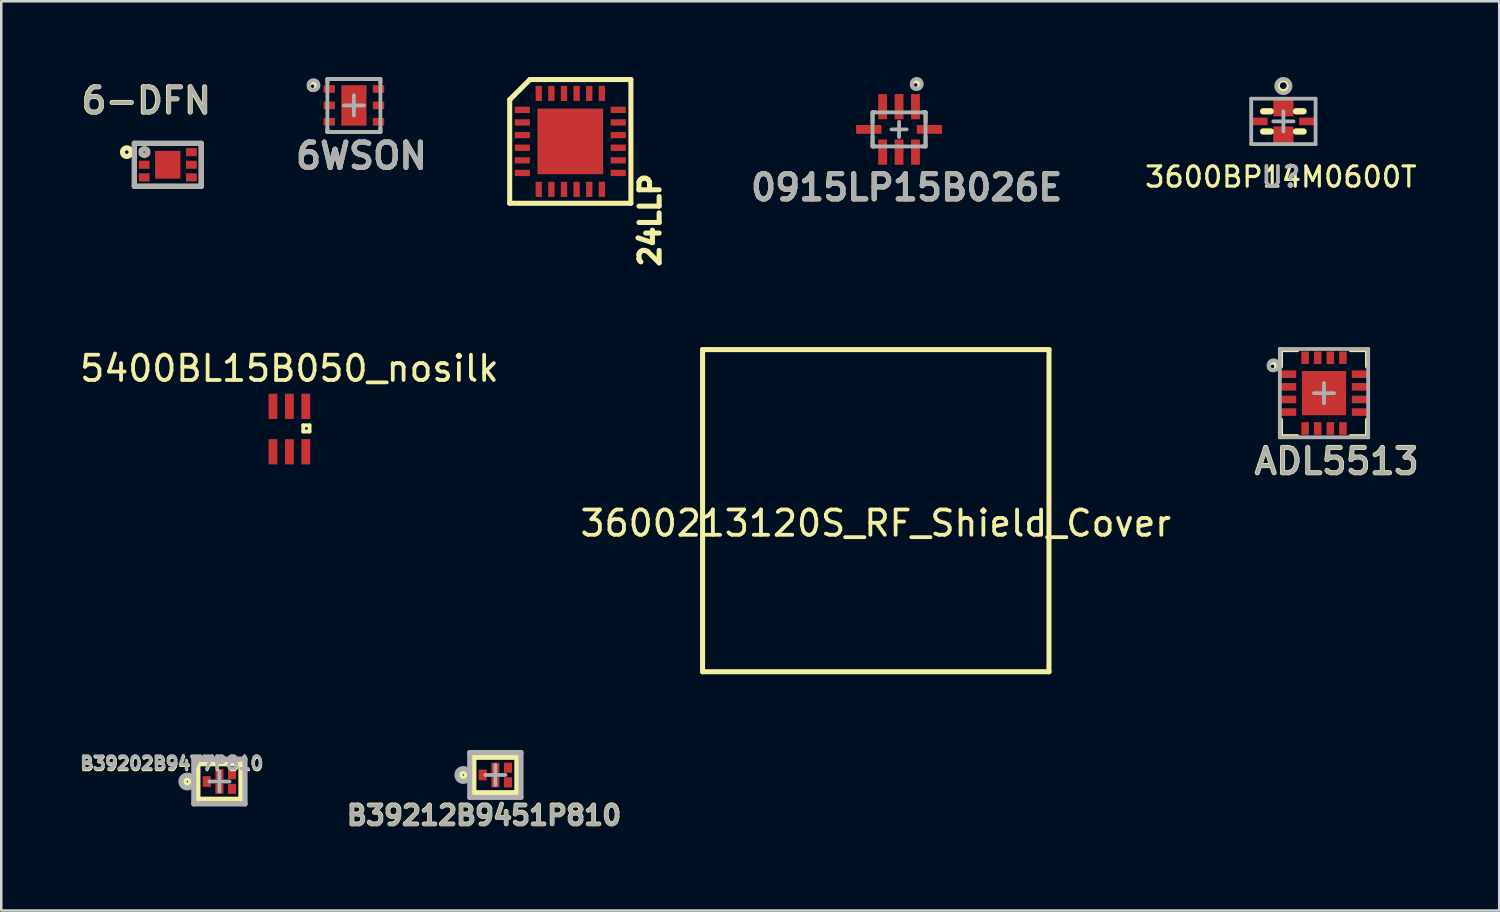
<source format=kicad_pcb>
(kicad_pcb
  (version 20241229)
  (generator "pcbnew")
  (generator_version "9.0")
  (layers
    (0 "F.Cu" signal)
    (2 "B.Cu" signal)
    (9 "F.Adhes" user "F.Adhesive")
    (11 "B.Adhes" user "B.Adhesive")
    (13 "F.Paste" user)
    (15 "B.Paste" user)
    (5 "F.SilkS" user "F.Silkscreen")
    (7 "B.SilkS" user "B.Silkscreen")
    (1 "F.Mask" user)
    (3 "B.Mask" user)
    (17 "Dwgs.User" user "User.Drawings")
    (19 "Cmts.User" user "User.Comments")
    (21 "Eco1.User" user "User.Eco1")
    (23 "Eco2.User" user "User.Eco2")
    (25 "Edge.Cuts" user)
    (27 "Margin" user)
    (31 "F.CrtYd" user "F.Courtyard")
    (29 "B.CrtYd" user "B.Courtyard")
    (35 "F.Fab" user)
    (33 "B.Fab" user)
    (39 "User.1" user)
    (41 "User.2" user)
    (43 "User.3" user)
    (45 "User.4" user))
  (footprint "6-DFN"
    (layer "F.Cu")
    (at 3.595 3.476)
    (property "Reference" "6-DFN" (at -0.848 -2.54 0) (layer "F.SilkS") (effects (font (size 1 1) (thickness 0.2))))
    (attr through_hole)
    (fp_line (start -1.325 -0.85) (end -1.325 -0.7) (stroke (width 0.2) (type solid)) (layer "F.SilkS"))
    (fp_line (start -1.325 -0.7) (end -1.325 0.85) (stroke (width 0.2) (type solid)) (layer "F.SilkS"))
    (fp_line (start -1.325 0.85) (end 1.325 0.85) (stroke (width 0.2) (type solid)) (layer "F.SilkS"))
    (fp_line (start 1.325 -0.85) (end -1.325 -0.85) (stroke (width 0.2) (type solid)) (layer "F.SilkS"))
    (fp_line (start 1.325 0.85) (end 1.325 -0.85) (stroke (width 0.2) (type solid)) (layer "F.SilkS"))
    (fp_circle (center -1.625 -0.5) (end -1.575 -0.45) (stroke (width 0.2) (type solid)) (fill no) (layer "F.SilkS"))
    (fp_line (start -1.326 0.848) (end 1.323 0.851) (stroke (width 0.2) (type solid)) (layer "F.Fab"))
    (fp_line (start -1.323 -0.851) (end 1.326 -0.848) (stroke (width 0.2) (type solid)) (layer "F.Fab"))
    (fp_line (start -1.323 0.851) (end -1.323 -0.848) (stroke (width 0.2) (type solid)) (layer "F.Fab"))
    (fp_line (start 1.323 0.851) (end 1.323 -0.848) (stroke (width 0.2) (type solid)) (layer "F.Fab"))
    (fp_circle (center -0.925 -0.503) (end -0.787 -0.533) (stroke (width 0.2) (type solid)) (fill no) (layer "F.Fab"))
    (fp_text user "${REFERENCE}" (at -0.835 -2.54 180) (layer "F.Fab") (effects (font (size 1 1) (thickness 0.15))))
    (pad "1" smd rect (at -0.935 -0.5) (size 0.43 0.32) (layers "F.Cu" "F.Mask" "F.Paste"))
    (pad "1" smd rect (at 0 0) (size 1 1.1) (layers "F.Cu" "F.Mask" "F.Paste"))
    (pad "2" smd rect (at -0.935 0) (size 0.43 0.32) (layers "F.Cu" "F.Mask" "F.Paste"))
    (pad "3" smd rect (at -0.935 0.5) (size 0.43 0.32) (layers "F.Cu" "F.Mask" "F.Paste"))
    (pad "4" smd rect (at 0.935 0.5) (size 0.43 0.32) (layers "F.Cu" "F.Mask" "F.Paste"))
    (pad "5" smd rect (at 0.935 0) (size 0.43 0.32) (layers "F.Cu" "F.Mask" "F.Paste"))
    (pad "6" smd rect (at 0.935 -0.5) (size 0.43 0.32) (layers "F.Cu" "F.Mask" "F.Paste")))
  (footprint "5400BL15B050_nosilk"
    (layer "F.Cu")
    (at 8.411 13.944)
    (property "Reference" "5400BL15B050_nosilk" (at 0 -2.4 0) (layer "F.SilkS") (effects (font (size 1 1) (thickness 0.15))))
    (attr through_hole)
    (fp_line (start 0.55 -0.15) (end 0.8 -0.15) (stroke (width 0.15) (type solid)) (layer "F.SilkS"))
    (fp_line (start 0.55 0.1) (end 0.55 -0.15) (stroke (width 0.15) (type solid)) (layer "F.SilkS"))
    (fp_line (start 0.8 -0.15) (end 0.8 0.1) (stroke (width 0.15) (type solid)) (layer "F.SilkS"))
    (fp_line (start 0.8 0.1) (end 0.55 0.1) (stroke (width 0.15) (type solid)) (layer "F.SilkS"))
    (pad "1" smd rect (at 0.65 -0.9) (size 0.35 1) (layers "F.Cu" "F.Mask" "F.Paste"))
    (pad "2" smd rect (at 0 -0.9) (size 0.35 1) (layers "F.Cu" "F.Mask" "F.Paste"))
    (pad "3" smd rect (at -0.65 -0.9) (size 0.35 1) (layers "F.Cu" "F.Mask" "F.Paste"))
    (pad "4" smd rect (at -0.65 0.9) (size 0.35 1) (layers "F.Cu" "F.Mask" "F.Paste"))
    (pad "5" smd rect (at 0 0.9) (size 0.35 1) (layers "F.Cu" "F.Mask" "F.Paste"))
    (pad "6" smd rect (at 0.65 0.9) (size 0.35 1) (layers "F.Cu" "F.Mask" "F.Paste")))
  (footprint "B39202B9477P810"
    (layer "F.Cu")
    (at 5.64 27.903)
    (property "Reference" "B39202B9477P810" (at -1.881 -0.695 0) (layer "F.SilkS") (effects (font (size 0.5 0.5) (thickness 0.125))))
    (attr through_hole)
    (fp_line (start -0.85 -0.7) (end -0.85 0.7) (stroke (width 0.2) (type solid)) (layer "F.SilkS"))
    (fp_line (start -0.85 -0.7) (end 0.85 -0.7) (stroke (width 0.2) (type solid)) (layer "F.SilkS"))
    (fp_line (start -0.85 0.7) (end 0.85 0.7) (stroke (width 0.2) (type solid)) (layer "F.SilkS"))
    (fp_line (start 0.85 -0.7) (end 0.85 0.7) (stroke (width 0.2) (type solid)) (layer "F.SilkS"))
    (fp_circle (center -1.27 0) (end -1.143 0) (stroke (width 0.2) (type solid)) (fill no) (layer "F.SilkS"))
    (fp_line (start -1.016 -0.889) (end -1.016 0.889) (stroke (width 0.2) (type solid)) (layer "F.Fab"))
    (fp_line (start -1.016 0.889) (end 1.016 0.889) (stroke (width 0.2) (type solid)) (layer "F.Fab"))
    (fp_line (start -0.4 0) (end 0.4 0) (stroke (width 0.15) (type solid)) (layer "F.Fab"))
    (fp_line (start 0 -0.4) (end 0 0.4) (stroke (width 0.15) (type solid)) (layer "F.Fab"))
    (fp_line (start 1.016 -0.889) (end -1.016 -0.889) (stroke (width 0.2) (type solid)) (layer "F.Fab"))
    (fp_line (start 1.016 0.889) (end 1.016 -0.889) (stroke (width 0.2) (type solid)) (layer "F.Fab"))
    (fp_circle (center -1.27 0) (end -1.524 0) (stroke (width 0.2) (type solid)) (fill no) (layer "F.Fab"))
    (fp_text user "${REFERENCE}" (at -1.896 -0.736 0) (layer "F.Fab") (effects (font (size 0.5 0.5) (thickness 0.125))))
    (pad "1" smd rect (at -0.5 0) (size 0.32 0.425) (layers "F.Cu" "F.Mask" "F.Paste"))
    (pad "2" smd rect (at 0 0.29) (size 0.32 0.4) (layers "F.Cu" "F.Mask" "F.Paste"))
    (pad "3" smd rect (at 0.5 0.29) (size 0.32 0.4) (layers "F.Cu" "F.Mask" "F.Paste"))
    (pad "4" smd rect (at 0.5 -0.29) (size 0.32 0.4) (layers "F.Cu" "F.Mask" "F.Paste"))
    (pad "5" smd rect (at 0 -0.29) (size 0.32 0.4) (layers "F.Cu" "F.Mask" "F.Paste")))
  (footprint "6WSON"
    (layer "F.Cu")
    (at 10.967 1.125)
    (property "Reference" "6WSON" (at 0.3 2 0) (layer "F.SilkS") (effects (font (size 1 1) (thickness 0.2))))
    (attr through_hole)
    (fp_line (start -1.05 -1.05) (end 1.05 -1.05) (stroke (width 0.15) (type solid)) (layer "F.SilkS"))
    (fp_line (start -1.05 -1) (end -1.05 -0.9) (stroke (width 0.15) (type solid)) (layer "F.SilkS"))
    (fp_line (start -1.05 0.9) (end -1.05 1.05) (stroke (width 0.15) (type solid)) (layer "F.SilkS"))
    (fp_line (start -1.05 1.05) (end 1.05 1.05) (stroke (width 0.15) (type solid)) (layer "F.SilkS"))
    (fp_line (start 1.05 -1) (end 1.05 -0.9) (stroke (width 0.15) (type solid)) (layer "F.SilkS"))
    (fp_line (start 1.05 0.9) (end 1.05 1.05) (stroke (width 0.15) (type solid)) (layer "F.SilkS"))
    (fp_circle (center -1.64 -0.76) (end -1.533 -0.66) (stroke (width 0.152) (type solid)) (fill no) (layer "F.SilkS"))
    (fp_line (start -1.05 -1.05) (end -1.05 1.05) (stroke (width 0.15) (type solid)) (layer "F.Fab"))
    (fp_line (start -1.05 -1.05) (end 1.05 -1.05) (stroke (width 0.15) (type solid)) (layer "F.Fab"))
    (fp_line (start -1.05 1.05) (end 1.05 1.05) (stroke (width 0.15) (type solid)) (layer "F.Fab"))
    (fp_line (start -0.4 0) (end 0.4 0) (stroke (width 0.15) (type solid)) (layer "F.Fab"))
    (fp_line (start 0 -0.4) (end 0 0.4) (stroke (width 0.15) (type solid)) (layer "F.Fab"))
    (fp_line (start 1.05 -1.05) (end 1.05 1.05) (stroke (width 0.15) (type solid)) (layer "F.Fab"))
    (fp_circle (center -1.6 -0.8) (end -1.4 -0.8) (stroke (width 0.15) (type solid)) (fill no) (layer "F.Fab"))
    (fp_text user "${REFERENCE}" (at 0.3 2 0) (layer "F.Fab") (effects (font (size 1 1) (thickness 0.2))))
    (pad "1" smd rect (at -0.975 -0.65) (size 0.45 0.3) (layers "F.Cu" "F.Mask" "F.Paste"))
    (pad "2" smd rect (at -0.975 0) (size 0.45 0.3) (layers "F.Cu" "F.Mask" "F.Paste"))
    (pad "3" smd rect (at -0.975 0.65) (size 0.45 0.3) (layers "F.Cu" "F.Mask" "F.Paste"))
    (pad "4" smd rect (at 0.975 0.65) (size 0.45 0.3) (layers "F.Cu" "F.Mask" "F.Paste"))
    (pad "5" smd rect (at 0.975 0) (size 0.45 0.3) (layers "F.Cu" "F.Mask" "F.Paste"))
    (pad "6" smd rect (at 0.975 -0.65) (size 0.45 0.3) (layers "F.Cu" "F.Mask" "F.Paste"))
    (pad "Exp" smd rect (at 0 0) (size 1 1.6) (layers "F.Cu" "F.Mask" "F.Paste")))
  (footprint "0915LP15B026E"
    (layer "F.Cu")
    (at 32.559 2.075)
    (property "Reference" "0915LP15B026E" (at 0.3 2.3 0) (layer "F.SilkS") (effects (font (size 1 1) (thickness 0.2))))
    (attr through_hole)
    (fp_line (start -1.05 -0.675) (end -1.05 -0.275) (stroke (width 0.15) (type solid)) (layer "F.SilkS"))
    (fp_line (start -1.05 -0.675) (end -0.95 -0.675) (stroke (width 0.15) (type solid)) (layer "F.SilkS"))
    (fp_line (start -1.05 0.275) (end -1.05 0.675) (stroke (width 0.15) (type solid)) (layer "F.SilkS"))
    (fp_line (start -1.05 0.675) (end -0.95 0.675) (stroke (width 0.15) (type solid)) (layer "F.SilkS"))
    (fp_line (start 0.95 -0.675) (end 1.05 -0.675) (stroke (width 0.15) (type solid)) (layer "F.SilkS"))
    (fp_line (start 0.95 0.675) (end 1.05 0.675) (stroke (width 0.15) (type solid)) (layer "F.SilkS"))
    (fp_line (start 1.05 -0.675) (end 1.05 -0.275) (stroke (width 0.15) (type solid)) (layer "F.SilkS"))
    (fp_line (start 1.05 0.275) (end 1.05 0.675) (stroke (width 0.15) (type solid)) (layer "F.SilkS"))
    (fp_circle (center 0.66 -1.76) (end 0.767 -1.66) (stroke (width 0.152) (type solid)) (fill no) (layer "F.SilkS"))
    (fp_line (start -1.05 -0.675) (end -1.05 0.675) (stroke (width 0.15) (type solid)) (layer "F.Fab"))
    (fp_line (start -0.3 0) (end 0.3 0) (stroke (width 0.15) (type solid)) (layer "F.Fab"))
    (fp_line (start 0 -0.3) (end 0 0.3) (stroke (width 0.15) (type solid)) (layer "F.Fab"))
    (fp_line (start 1.05 -0.675) (end -1.05 -0.675) (stroke (width 0.15) (type solid)) (layer "F.Fab"))
    (fp_line (start 1.05 -0.675) (end 1.05 0.675) (stroke (width 0.15) (type solid)) (layer "F.Fab"))
    (fp_line (start 1.05 0.675) (end -1.05 0.675) (stroke (width 0.15) (type solid)) (layer "F.Fab"))
    (fp_circle (center 0.7 -1.8) (end 0.9 -1.8) (stroke (width 0.15) (type solid)) (fill no) (layer "F.Fab"))
    (fp_text user "${REFERENCE}" (at 0.3 2.3 0) (layer "F.Fab") (effects (font (size 1 1) (thickness 0.2))))
    (pad "1" smd rect (at 0.65 -0.9) (size 0.35 1) (layers "F.Cu" "F.Mask" "F.Paste"))
    (pad "2" smd rect (at 0 -0.9) (size 0.35 1) (layers "F.Cu" "F.Mask" "F.Paste"))
    (pad "3" smd rect (at -0.65 -0.9) (size 0.35 1) (layers "F.Cu" "F.Mask" "F.Paste"))
    (pad "4" smd rect (at -1.2 0) (size 1 0.35) (layers "F.Cu" "F.Mask" "F.Paste"))
    (pad "5" smd rect (at -0.65 0.9) (size 0.35 1) (layers "F.Cu" "F.Mask" "F.Paste"))
    (pad "6" smd rect (at 0 0.9) (size 0.35 1) (layers "F.Cu" "F.Mask" "F.Paste"))
    (pad "7" smd rect (at 0.65 0.9) (size 0.35 1) (layers "F.Cu" "F.Mask" "F.Paste"))
    (pad "8" smd rect (at 1.2 0) (size 1 0.35) (layers "F.Cu" "F.Mask" "F.Paste")))
  (footprint "B39212B9451P810"
    (layer "F.Cu")
    (at 16.57 27.645)
    (property "Reference" "B39212B9451P810" (at -0.448 1.6 0) (layer "F.SilkS") (effects (font (size 0.75 0.75) (thickness 0.188))))
    (attr through_hole)
    (fp_line (start -0.85 -0.7) (end -0.85 0.7) (stroke (width 0.2) (type solid)) (layer "F.SilkS"))
    (fp_line (start -0.85 -0.7) (end 0.85 -0.7) (stroke (width 0.2) (type solid)) (layer "F.SilkS"))
    (fp_line (start -0.85 0.7) (end 0.85 0.7) (stroke (width 0.2) (type solid)) (layer "F.SilkS"))
    (fp_line (start 0.85 -0.7) (end 0.85 0.7) (stroke (width 0.2) (type solid)) (layer "F.SilkS"))
    (fp_circle (center -1.27 0) (end -1.143 0) (stroke (width 0.2) (type solid)) (fill no) (layer "F.SilkS"))
    (fp_line (start -1.016 -0.889) (end -1.016 0.889) (stroke (width 0.2) (type solid)) (layer "F.Fab"))
    (fp_line (start -1.016 0.889) (end 1.016 0.889) (stroke (width 0.2) (type solid)) (layer "F.Fab"))
    (fp_line (start -0.4 0) (end 0.4 0) (stroke (width 0.15) (type solid)) (layer "F.Fab"))
    (fp_line (start 0 -0.4) (end 0 0.4) (stroke (width 0.15) (type solid)) (layer "F.Fab"))
    (fp_line (start 1.016 -0.889) (end -1.016 -0.889) (stroke (width 0.2) (type solid)) (layer "F.Fab"))
    (fp_line (start 1.016 0.889) (end 1.016 -0.889) (stroke (width 0.2) (type solid)) (layer "F.Fab"))
    (fp_circle (center -1.27 0) (end -1.524 0) (stroke (width 0.2) (type solid)) (fill no) (layer "F.Fab"))
    (fp_text user "${REFERENCE}" (at -0.448 1.61 0) (layer "F.Fab") (effects (font (size 0.75 0.75) (thickness 0.15))))
    (pad "1" smd rect (at -0.5 0) (size 0.32 0.425) (layers "F.Cu" "F.Mask" "F.Paste"))
    (pad "2" smd rect (at 0 0.29) (size 0.32 0.4) (layers "F.Cu" "F.Mask" "F.Paste"))
    (pad "3" smd rect (at 0.5 0.29) (size 0.32 0.4) (layers "F.Cu" "F.Mask" "F.Paste"))
    (pad "4" smd rect (at 0.5 -0.29) (size 0.32 0.4) (layers "F.Cu" "F.Mask" "F.Paste"))
    (pad "5" smd rect (at 0 -0.29) (size 0.32 0.4) (layers "F.Cu" "F.Mask" "F.Paste")))
  (footprint "3600BP14M0600T"
    (layer "F.Cu")
    (at 47.781 1.758)
    (property "Reference" "3600BP14M0600T" (at -0.1 2.2 0) (layer "F.SilkS") (effects (font (size 0.8 0.8) (thickness 0.125))))
    (attr smd)
    (fp_line (start -0.8 -0.4) (end -0.5 -0.4) (stroke (width 0.25) (type solid)) (layer "F.SilkS"))
    (fp_line (start -0.8 0.4) (end -0.5 0.4) (stroke (width 0.25) (type solid)) (layer "F.SilkS"))
    (fp_line (start 0.5 -0.4) (end 0.8 -0.4) (stroke (width 0.25) (type solid)) (layer "F.SilkS"))
    (fp_line (start 0.5 0.4) (end 0.8 0.4) (stroke (width 0.25) (type solid)) (layer "F.SilkS"))
    (fp_circle (center -0.003 -1.416) (end 0.199 -1.472) (stroke (width 0.15) (type solid)) (fill no) (layer "F.SilkS"))
    (fp_line (start -1.275 0.9) (end -1.275 -0.9) (stroke (width 0.15) (type solid)) (layer "F.Fab"))
    (fp_line (start -0.4 0) (end 0.4 0) (stroke (width 0.15) (type solid)) (layer "F.Fab"))
    (fp_line (start 0 -0.4) (end 0 0.4) (stroke (width 0.15) (type solid)) (layer "F.Fab"))
    (fp_line (start 1.275 -0.9) (end -1.275 -0.9) (stroke (width 0.15) (type solid)) (layer "F.Fab"))
    (fp_line (start 1.275 0.9) (end -1.275 0.9) (stroke (width 0.15) (type solid)) (layer "F.Fab"))
    (fp_line (start 1.275 0.9) (end 1.275 -0.9) (stroke (width 0.15) (type solid)) (layer "F.Fab"))
    (fp_circle (center 0 -1.4) (end 0.2 -1.2) (stroke (width 0.15) (type solid)) (fill no) (layer "F.Fab"))
    (fp_text user "U?" (at -0.1 2.2 0) (layer "F.Fab") (effects (font (size 0.8 0.8) (thickness 0.15))))
    (pad "1" smd rect (at 0 -0.55) (size 0.8 0.7) (layers "F.Cu" "F.Mask" "F.Paste"))
    (pad "2" smd rect (at 0.95 0) (size 0.65 0.3) (layers "F.Cu" "F.Mask" "F.Paste"))
    (pad "3" smd rect (at 0 0.55) (size 0.8 0.7) (layers "F.Cu" "F.Mask" "F.Paste"))
    (pad "4" smd rect (at -0.95 0) (size 0.65 0.3) (layers "F.Cu" "F.Mask" "F.Paste")))
  (footprint "24LLP"
    (layer "F.Cu")
    (at 19.538 2.55)
    (property "Reference" "24LLP" (at 3.159 3.116 270) (layer "F.SilkS") (effects (font (size 0.8 0.8) (thickness 0.2))))
    (attr through_hole)
    (fp_line (start -2.4 -1.65) (end -2.4 2.45) (stroke (width 0.2) (type solid)) (layer "F.SilkS"))
    (fp_line (start -2.4 2.45) (end 2.4 2.45) (stroke (width 0.2) (type solid)) (layer "F.SilkS"))
    (fp_line (start -1.6 -2.45) (end -2.4 -1.65) (stroke (width 0.2) (type solid)) (layer "F.SilkS"))
    (fp_line (start 2.4 -2.45) (end -1.6 -2.45) (stroke (width 0.2) (type solid)) (layer "F.SilkS"))
    (fp_line (start 2.4 2.45) (end 2.4 -2.45) (stroke (width 0.2) (type solid)) (layer "F.SilkS"))
    (pad "1" smd rect (at -1.9 -1.25) (size 0.6 0.25) (layers "F.Cu" "F.Mask" "F.Paste"))
    (pad "2" smd rect (at -1.9 -0.75) (size 0.6 0.25) (layers "F.Cu" "F.Mask" "F.Paste"))
    (pad "3" smd rect (at -1.9 -0.25) (size 0.6 0.25) (layers "F.Cu" "F.Mask" "F.Paste"))
    (pad "4" smd rect (at -1.9 0.25) (size 0.6 0.25) (layers "F.Cu" "F.Mask" "F.Paste"))
    (pad "5" smd rect (at -1.9 0.75) (size 0.6 0.25) (layers "F.Cu" "F.Mask" "F.Paste"))
    (pad "6" smd rect (at -1.9 1.25) (size 0.6 0.25) (layers "F.Cu" "F.Mask" "F.Paste"))
    (pad "7" smd rect (at -1.25 1.9 90) (size 0.6 0.25) (layers "F.Cu" "F.Mask" "F.Paste"))
    (pad "8" smd rect (at -0.75 1.9 90) (size 0.6 0.25) (layers "F.Cu" "F.Mask" "F.Paste"))
    (pad "9" smd rect (at -0.25 1.9 90) (size 0.6 0.25) (layers "F.Cu" "F.Mask" "F.Paste"))
    (pad "10" smd rect (at 0.25 1.9 90) (size 0.6 0.25) (layers "F.Cu" "F.Mask" "F.Paste"))
    (pad "11" smd rect (at 0.75 1.9 90) (size 0.6 0.25) (layers "F.Cu" "F.Mask" "F.Paste"))
    (pad "12" smd rect (at 1.25 1.9 90) (size 0.6 0.25) (layers "F.Cu" "F.Mask" "F.Paste"))
    (pad "13" smd rect (at 1.9 1.25) (size 0.6 0.25) (layers "F.Cu" "F.Mask" "F.Paste"))
    (pad "14" smd rect (at 1.9 0.75) (size 0.6 0.25) (layers "F.Cu" "F.Mask" "F.Paste"))
    (pad "15" smd rect (at 1.9 0.25) (size 0.6 0.25) (layers "F.Cu" "F.Mask" "F.Paste"))
    (pad "16" smd rect (at 1.9 -0.25) (size 0.6 0.25) (layers "F.Cu" "F.Mask" "F.Paste"))
    (pad "17" smd rect (at 1.9 -0.75) (size 0.6 0.25) (layers "F.Cu" "F.Mask" "F.Paste"))
    (pad "18" smd rect (at 1.9 -1.25) (size 0.6 0.25) (layers "F.Cu" "F.Mask" "F.Paste"))
    (pad "19" smd rect (at 1.25 -1.9 90) (size 0.6 0.25) (layers "F.Cu" "F.Mask" "F.Paste"))
    (pad "20" smd rect (at 0.75 -1.9 90) (size 0.6 0.25) (layers "F.Cu" "F.Mask" "F.Paste"))
    (pad "21" smd rect (at 0.25 -1.9 90) (size 0.6 0.25) (layers "F.Cu" "F.Mask" "F.Paste"))
    (pad "22" smd rect (at -0.25 -1.9 90) (size 0.6 0.25) (layers "F.Cu" "F.Mask" "F.Paste"))
    (pad "23" smd rect (at -0.75 -1.9 90) (size 0.6 0.25) (layers "F.Cu" "F.Mask" "F.Paste"))
    (pad "24" smd rect (at -1.25 -1.9 90) (size 0.6 0.25) (layers "F.Cu" "F.Mask" "F.Paste"))
    (pad "25" smd rect (at 0 0) (size 2.6 2.6) (layers "F.Cu" "F.Mask" "F.Paste")))
  (footprint "3600213120S_RF_Shield_Cover"
    (layer "F.Cu")
    (at 31.637 17.176)
    (property "Reference" "3600213120S_RF_Shield_Cover" (at 0 0.5 0) (layer "F.SilkS") (effects (font (size 1 1) (thickness 0.15))))
    (attr through_hole)
    (fp_line (start -6.86 -6.38) (end -6.86 6.38) (stroke (width 0.2) (type solid)) (layer "F.SilkS"))
    (fp_line (start -6.86 -6.38) (end 6.86 -6.38) (stroke (width 0.2) (type solid)) (layer "F.SilkS"))
    (fp_line (start -6.86 6.38) (end 6.86 6.38) (stroke (width 0.2) (type solid)) (layer "F.SilkS"))
    (fp_line (start 6.86 -6.38) (end 6.86 6.38) (stroke (width 0.2) (type solid)) (layer "F.SilkS")))
  (footprint "ADL5513"
    (layer "F.Cu")
    (at 49.39 12.521)
    (property "Reference" "ADL5513" (at 0.5 2.7 0) (layer "F.SilkS") (effects (font (size 1 1) (thickness 0.2))))
    (attr through_hole)
    (fp_line (start -1.7 -1.7) (end -1.7 -1.05) (stroke (width 0.15) (type solid)) (layer "F.SilkS"))
    (fp_line (start -1.7 1.05) (end -1.7 1.7) (stroke (width 0.15) (type solid)) (layer "F.SilkS"))
    (fp_line (start -1.05 -1.7) (end -1.7 -1.7) (stroke (width 0.15) (type solid)) (layer "F.SilkS"))
    (fp_line (start -1.05 1.7) (end -1.7 1.7) (stroke (width 0.15) (type solid)) (layer "F.SilkS"))
    (fp_line (start 1.7 -1.7) (end 1.05 -1.7) (stroke (width 0.15) (type solid)) (layer "F.SilkS"))
    (fp_line (start 1.7 -1.7) (end 1.7 -1.05) (stroke (width 0.15) (type solid)) (layer "F.SilkS"))
    (fp_line (start 1.7 1.05) (end 1.7 1.7) (stroke (width 0.15) (type solid)) (layer "F.SilkS"))
    (fp_line (start 1.7 1.7) (end 1.05 1.7) (stroke (width 0.15) (type solid)) (layer "F.SilkS"))
    (fp_circle (center -2.04 -1.06) (end -1.933 -0.96) (stroke (width 0.152) (type solid)) (fill no) (layer "F.SilkS"))
    (fp_line (start -1.75 -1.75) (end -1.75 1.75) (stroke (width 0.15) (type solid)) (layer "F.Fab"))
    (fp_line (start -0.4 0) (end 0.4 0) (stroke (width 0.15) (type solid)) (layer "F.Fab"))
    (fp_line (start 0 -0.4) (end 0 0.4) (stroke (width 0.15) (type solid)) (layer "F.Fab"))
    (fp_line (start 1.75 -1.75) (end -1.75 -1.75) (stroke (width 0.15) (type solid)) (layer "F.Fab"))
    (fp_line (start 1.75 -1.75) (end 1.75 1.75) (stroke (width 0.15) (type solid)) (layer "F.Fab"))
    (fp_line (start 1.75 1.75) (end -1.75 1.75) (stroke (width 0.15) (type solid)) (layer "F.Fab"))
    (fp_circle (center -2 -1.1) (end -1.8 -1.1) (stroke (width 0.15) (type solid)) (fill no) (layer "F.Fab"))
    (fp_text user "${REFERENCE}" (at 0.5 2.7 0) (layer "F.Fab") (effects (font (size 1 1) (thickness 0.15))))
    (pad "1" smd rect (at -1.4 -0.75) (size 0.6 0.3) (layers "F.Cu" "F.Mask" "F.Paste"))
    (pad "2" smd rect (at -1.4 -0.25) (size 0.6 0.3) (layers "F.Cu" "F.Mask" "F.Paste"))
    (pad "3" smd rect (at -1.4 0.25) (size 0.6 0.3) (layers "F.Cu" "F.Mask" "F.Paste"))
    (pad "4" smd rect (at -1.4 0.75) (size 0.6 0.3) (layers "F.Cu" "F.Mask" "F.Paste"))
    (pad "5" smd rect (at -0.75 1.4) (size 0.3 0.5) (layers "F.Cu" "F.Mask" "F.Paste"))
    (pad "6" smd rect (at -0.25 1.4) (size 0.3 0.5) (layers "F.Cu" "F.Mask" "F.Paste"))
    (pad "7" smd rect (at 0.25 1.4) (size 0.3 0.5) (layers "F.Cu" "F.Mask" "F.Paste"))
    (pad "8" smd rect (at 0.75 1.4) (size 0.3 0.5) (layers "F.Cu" "F.Mask" "F.Paste"))
    (pad "9" smd rect (at 1.4 0.75) (size 0.6 0.3) (layers "F.Cu" "F.Mask" "F.Paste"))
    (pad "10" smd rect (at 0 0) (size 1.75 1.75) (layers "F.Cu" "F.Mask" "F.Paste"))
    (pad "10" smd rect (at 1.4 0.25) (size 0.6 0.3) (layers "F.Cu" "F.Mask" "F.Paste"))
    (pad "11" smd rect (at 1.4 -0.25) (size 0.6 0.3) (layers "F.Cu" "F.Mask" "F.Paste"))
    (pad "12" smd rect (at 1.4 -0.75) (size 0.6 0.3) (layers "F.Cu" "F.Mask" "F.Paste"))
    (pad "13" smd rect (at 0.75 -1.4) (size 0.3 0.5) (layers "F.Cu" "F.Mask" "F.Paste"))
    (pad "14" smd rect (at 0.25 -1.4) (size 0.3 0.5) (layers "F.Cu" "F.Mask" "F.Paste"))
    (pad "15" smd rect (at -0.25 -1.4) (size 0.3 0.5) (layers "F.Cu" "F.Mask" "F.Paste"))
    (pad "16" smd rect (at -0.75 -1.4) (size 0.3 0.5) (layers "F.Cu" "F.Mask" "F.Paste")))
  (gr_rect
    (start -3 -3)
    (end 56.329 33.013)
    (stroke (width 0.1) (type default))
    (fill no)
    (layer "Edge.Cuts")))
</source>
